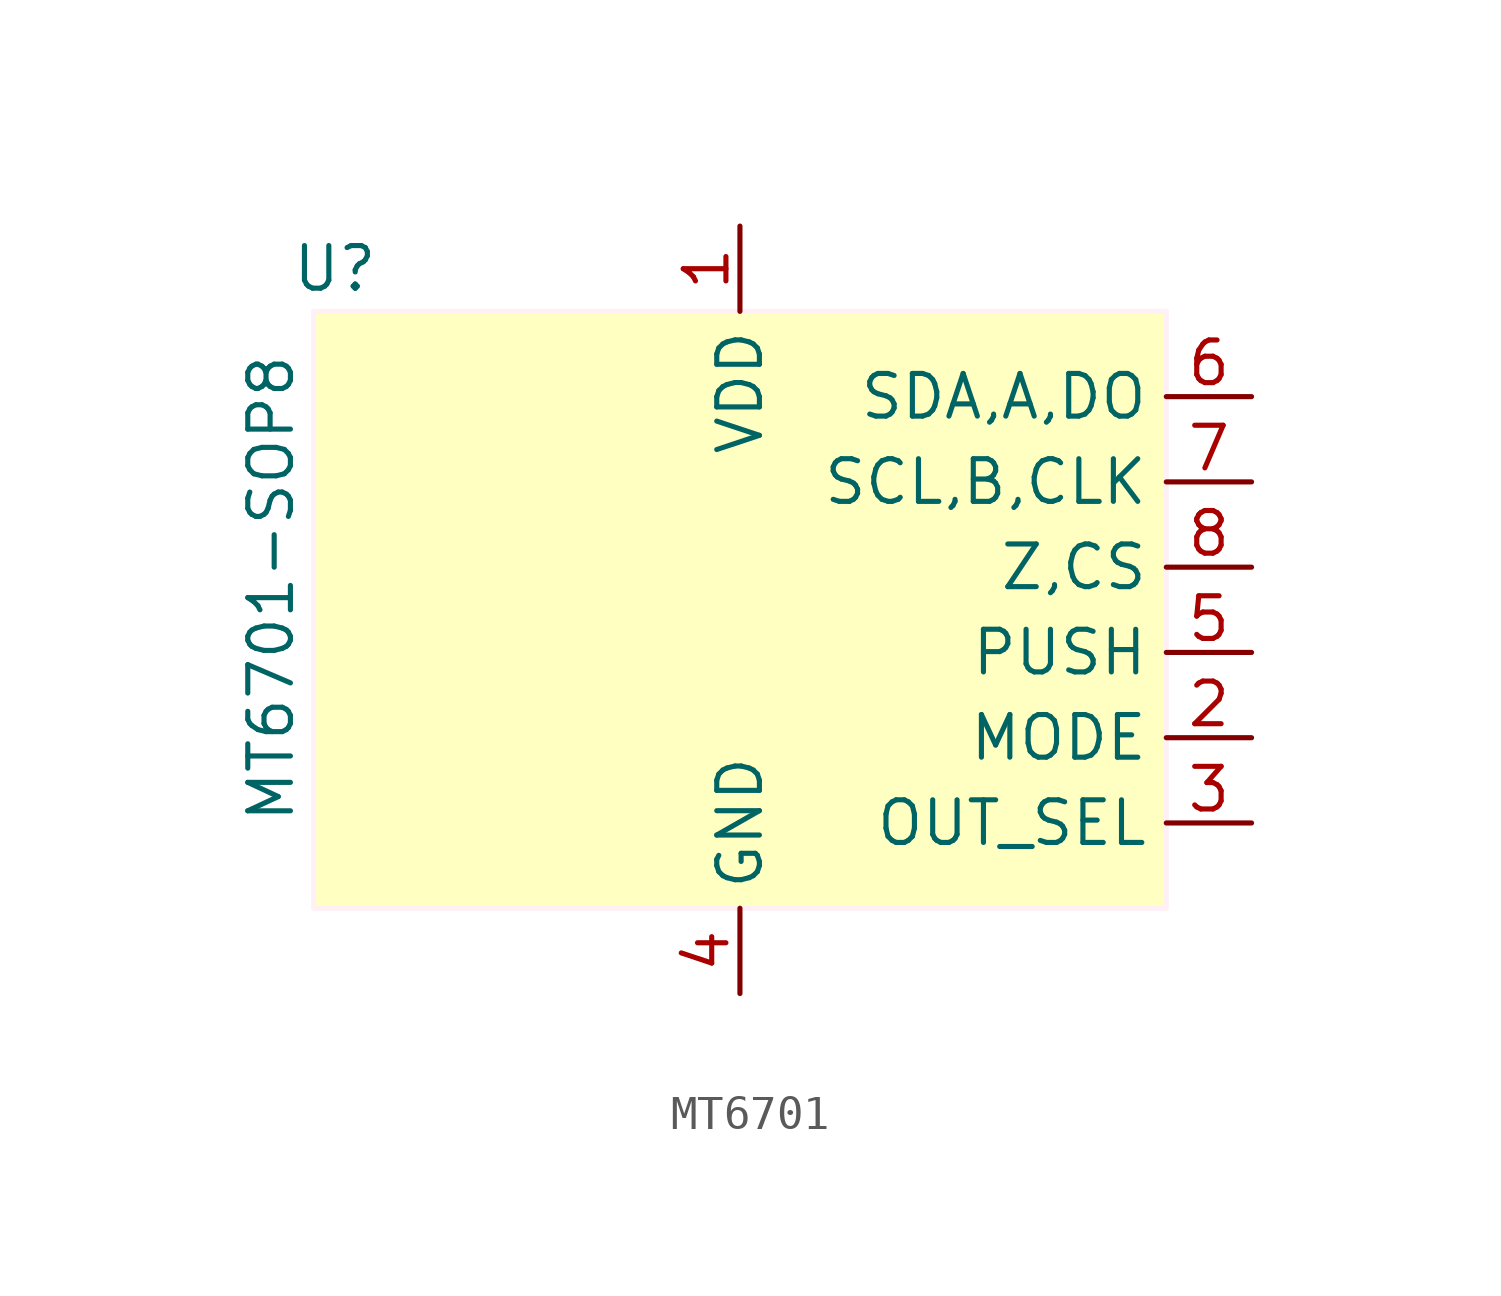
<source format=kicad_sym>
(kicad_symbol_lib
  (version 20220914)
  (generator kicad_symbol_editor)
  (symbol "MT6701"
    (property "Reference" "U"
      (at -12.065 10.16 0)
      (effects (font (size 1.27 1.27))))
    (property "Value" "MT6701-SOP8"
      (at -13.97 0.635 90)
      (effects (font (size 1.27 1.27))))
    (symbol "MT6701_1_1"
      (rectangle (start -12.7 8.89) (end 12.7 -8.89) (stroke (width 0) (type default) (color 255 240 246 1)) (fill (type background)))
      (pin power_in line (at 0 11.43 270) (length 2.54) (name "VDD" (effects (font (size 1.27 1.27)))) (number "1" (effects (font (size 1.27 1.27)))))
      (pin input line (at 15.24 -3.81 180) (length 2.54) (name "MODE" (effects (font (size 1.27 1.27)))) (number "2" (effects (font (size 1.27 1.27)))))
      (pin input line (at 15.24 -6.35 180) (length 2.54) (name "OUT_SEL" (effects (font (size 1.27 1.27)))) (number "3" (effects (font (size 1.27 1.27)))))
      (pin power_in line (at 0 -11.43 90) (length 2.54) (name "GND" (effects (font (size 1.27 1.27)))) (number "4" (effects (font (size 1.27 1.27)))))
      (pin output line (at 15.24 -1.27 180) (length 2.54) (name "PUSH" (effects (font (size 1.27 1.27)))) (number "5" (effects (font (size 1.27 1.27)))))
      (pin bidirectional line (at 15.24 6.35 180) (length 2.54) (name "SDA,A,DO" (effects (font (size 1.27 1.27)))) (number "6" (effects (font (size 1.27 1.27)))))
      (pin bidirectional line (at 15.24 3.81 180) (length 2.54) (name "SCL,B,CLK" (effects (font (size 1.27 1.27)))) (number "7" (effects (font (size 1.27 1.27)))))
      (pin input line (at 15.24 1.27 180) (length 2.54) (name "Z,CS" (effects (font (size 1.27 1.27)))) (number "8" (effects (font (size 1.27 1.27))))))))
</source>
